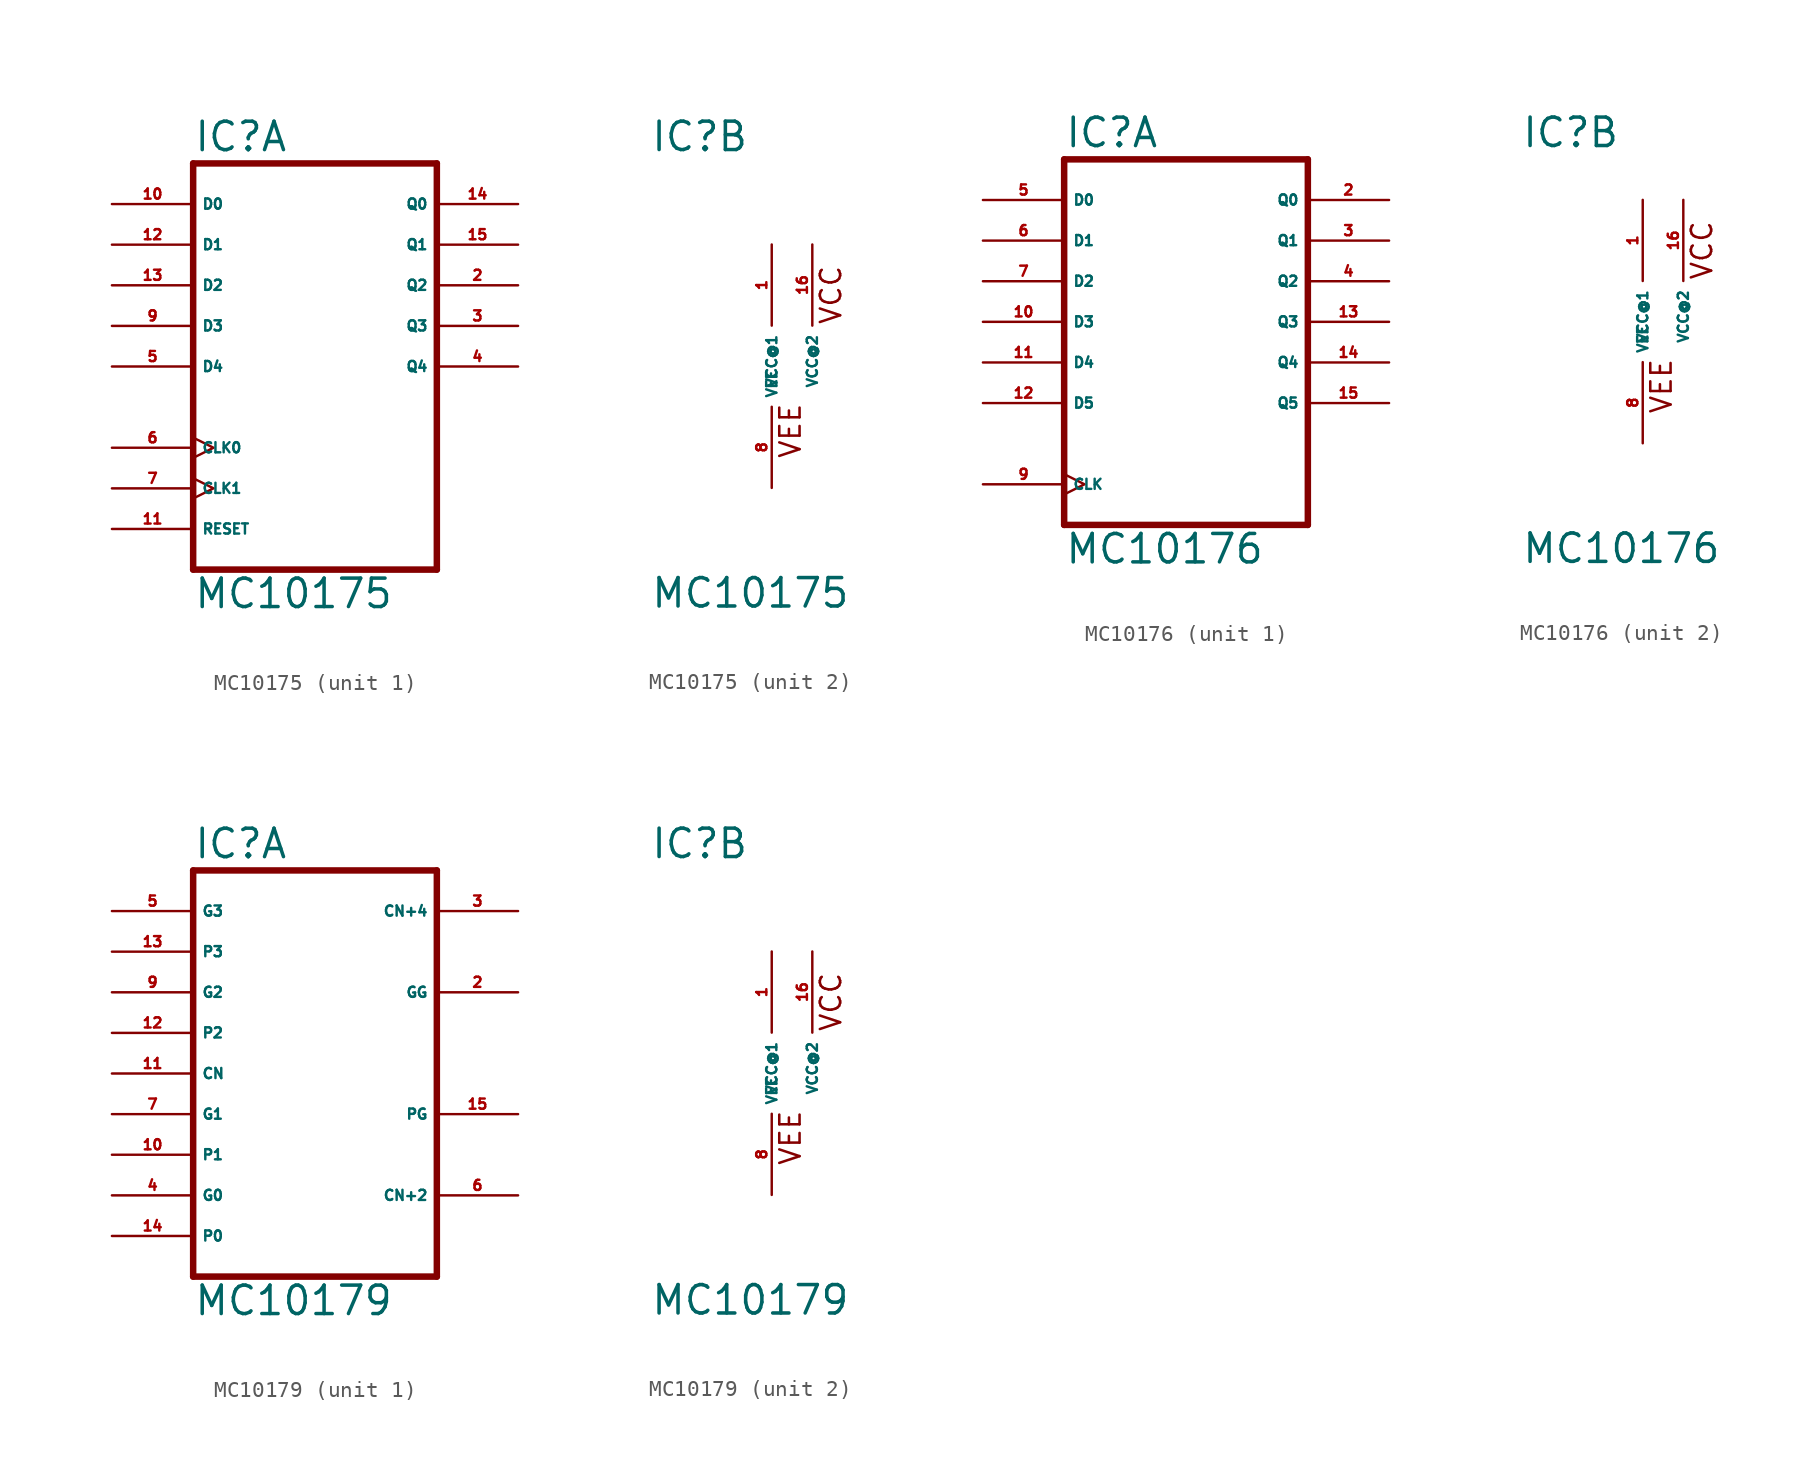
<source format=kicad_sym>
(kicad_symbol_lib
  (version 20220914)
  (generator Eagle2Kicad)
  (symbol "MC10175"
    (property "Reference" "IC"
      (at -7.62 13.335 0)
      (effects (font (size 1.778 1.778) (thickness 0.22)) (justify left bottom)))
    (property "Value" "MC10175"
      (at -7.62 -15.24 0)
      (effects (font (size 1.778 1.778) (thickness 0.22)) (justify left bottom)))
    (symbol "MC10175_1_0"
      (polyline (pts (xy -7.62 -12.7) (xy 7.62 -12.7)) (stroke (width 0.406) (type default)) (fill (type none)))
      (polyline (pts (xy 7.62 -12.7) (xy 7.62 12.7)) (stroke (width 0.406) (type default)) (fill (type none)))
      (polyline (pts (xy 7.62 12.7) (xy -7.62 12.7)) (stroke (width 0.406) (type default)) (fill (type none)))
      (polyline (pts (xy -7.62 12.7) (xy -7.62 -12.7)) (stroke (width 0.406) (type default)) (fill (type none)))
      (pin output line (at 12.7 5.08 180) (length 5.08) (name "Q2" (effects (font (size 0.635 0.635) (thickness 0.08)) (justify left bottom))) (number "2" (effects (font (size 0.635 0.635) (thickness 0.08)) (justify left bottom))))
      (pin output line (at 12.7 2.54 180) (length 5.08) (name "Q3" (effects (font (size 0.635 0.635) (thickness 0.08)) (justify left bottom))) (number "3" (effects (font (size 0.635 0.635) (thickness 0.08)) (justify left bottom))))
      (pin output line (at 12.7 0 180) (length 5.08) (name "Q4" (effects (font (size 0.635 0.635) (thickness 0.08)) (justify left bottom))) (number "4" (effects (font (size 0.635 0.635) (thickness 0.08)) (justify left bottom))))
      (pin input line (at -12.7 0 0) (length 5.08) (name "D4" (effects (font (size 0.635 0.635) (thickness 0.08)) (justify left bottom))) (number "5" (effects (font (size 0.635 0.635) (thickness 0.08)) (justify left bottom))))
      (pin input clock (at -12.7 -5.08 0) (length 5.08) (name "CLK0" (effects (font (size 0.635 0.635) (thickness 0.08)) (justify left bottom))) (number "6" (effects (font (size 0.635 0.635) (thickness 0.08)) (justify left bottom))))
      (pin input clock (at -12.7 -7.62 0) (length 5.08) (name "CLK1" (effects (font (size 0.635 0.635) (thickness 0.08)) (justify left bottom))) (number "7" (effects (font (size 0.635 0.635) (thickness 0.08)) (justify left bottom))))
      (pin input line (at -12.7 2.54 0) (length 5.08) (name "D3" (effects (font (size 0.635 0.635) (thickness 0.08)) (justify left bottom))) (number "9" (effects (font (size 0.635 0.635) (thickness 0.08)) (justify left bottom))))
      (pin input line (at -12.7 10.16 0) (length 5.08) (name "D0" (effects (font (size 0.635 0.635) (thickness 0.08)) (justify left bottom))) (number "10" (effects (font (size 0.635 0.635) (thickness 0.08)) (justify left bottom))))
      (pin input line (at -12.7 -10.16 0) (length 5.08) (name "RESET" (effects (font (size 0.635 0.635) (thickness 0.08)) (justify left bottom))) (number "11" (effects (font (size 0.635 0.635) (thickness 0.08)) (justify left bottom))))
      (pin input line (at -12.7 7.62 0) (length 5.08) (name "D1" (effects (font (size 0.635 0.635) (thickness 0.08)) (justify left bottom))) (number "12" (effects (font (size 0.635 0.635) (thickness 0.08)) (justify left bottom))))
      (pin input line (at -12.7 5.08 0) (length 5.08) (name "D2" (effects (font (size 0.635 0.635) (thickness 0.08)) (justify left bottom))) (number "13" (effects (font (size 0.635 0.635) (thickness 0.08)) (justify left bottom))))
      (pin output line (at 12.7 10.16 180) (length 5.08) (name "Q0" (effects (font (size 0.635 0.635) (thickness 0.08)) (justify left bottom))) (number "14" (effects (font (size 0.635 0.635) (thickness 0.08)) (justify left bottom))))
      (pin output line (at 12.7 7.62 180) (length 5.08) (name "Q1" (effects (font (size 0.635 0.635) (thickness 0.08)) (justify left bottom))) (number "15" (effects (font (size 0.635 0.635) (thickness 0.08)) (justify left bottom)))))
    (symbol "MC10175_2_0"
      (text "VCC" (at 4.445 2.54 900) (effects (font (size 1.27 1.27) (thickness 0.16)) (justify left bottom)))
      (text "VEE" (at 1.905 -5.842 900) (effects (font (size 1.27 1.27) (thickness 0.16)) (justify left bottom)))
      (pin unspecified line (at 0 -7.62 90) (length 5.08) (name "VEE" (effects (font (size 0.635 0.635) (thickness 0.08)) (justify left bottom))) (number "8" (effects (font (size 0.635 0.635) (thickness 0.08)) (justify left bottom))))
      (pin unspecified line (at 0 7.62 270) (length 5.08) (name "VCC@1" (effects (font (size 0.635 0.635) (thickness 0.08)) (justify left bottom))) (number "1" (effects (font (size 0.635 0.635) (thickness 0.08)) (justify left bottom))))
      (pin unspecified line (at 2.54 7.62 270) (length 5.08) (name "VCC@2" (effects (font (size 0.635 0.635) (thickness 0.08)) (justify left bottom))) (number "16" (effects (font (size 0.635 0.635) (thickness 0.08)) (justify left bottom))))))
  (symbol "MC10176"
    (property "Reference" "IC"
      (at -7.62 10.795 0)
      (effects (font (size 1.778 1.778) (thickness 0.22)) (justify left bottom)))
    (property "Value" "MC10176"
      (at -7.62 -15.24 0)
      (effects (font (size 1.778 1.778) (thickness 0.22)) (justify left bottom)))
    (symbol "MC10176_1_0"
      (polyline (pts (xy -7.62 -12.7) (xy 7.62 -12.7)) (stroke (width 0.406) (type default)) (fill (type none)))
      (polyline (pts (xy 7.62 -12.7) (xy 7.62 10.16)) (stroke (width 0.406) (type default)) (fill (type none)))
      (polyline (pts (xy 7.62 10.16) (xy -7.62 10.16)) (stroke (width 0.406) (type default)) (fill (type none)))
      (polyline (pts (xy -7.62 10.16) (xy -7.62 -12.7)) (stroke (width 0.406) (type default)) (fill (type none)))
      (pin output line (at 12.7 7.62 180) (length 5.08) (name "Q0" (effects (font (size 0.635 0.635) (thickness 0.08)) (justify left bottom))) (number "2" (effects (font (size 0.635 0.635) (thickness 0.08)) (justify left bottom))))
      (pin output line (at 12.7 5.08 180) (length 5.08) (name "Q1" (effects (font (size 0.635 0.635) (thickness 0.08)) (justify left bottom))) (number "3" (effects (font (size 0.635 0.635) (thickness 0.08)) (justify left bottom))))
      (pin output line (at 12.7 2.54 180) (length 5.08) (name "Q2" (effects (font (size 0.635 0.635) (thickness 0.08)) (justify left bottom))) (number "4" (effects (font (size 0.635 0.635) (thickness 0.08)) (justify left bottom))))
      (pin input line (at -12.7 7.62 0) (length 5.08) (name "D0" (effects (font (size 0.635 0.635) (thickness 0.08)) (justify left bottom))) (number "5" (effects (font (size 0.635 0.635) (thickness 0.08)) (justify left bottom))))
      (pin input line (at -12.7 5.08 0) (length 5.08) (name "D1" (effects (font (size 0.635 0.635) (thickness 0.08)) (justify left bottom))) (number "6" (effects (font (size 0.635 0.635) (thickness 0.08)) (justify left bottom))))
      (pin input line (at -12.7 2.54 0) (length 5.08) (name "D2" (effects (font (size 0.635 0.635) (thickness 0.08)) (justify left bottom))) (number "7" (effects (font (size 0.635 0.635) (thickness 0.08)) (justify left bottom))))
      (pin input clock (at -12.7 -10.16 0) (length 5.08) (name "CLK" (effects (font (size 0.635 0.635) (thickness 0.08)) (justify left bottom))) (number "9" (effects (font (size 0.635 0.635) (thickness 0.08)) (justify left bottom))))
      (pin input line (at -12.7 0 0) (length 5.08) (name "D3" (effects (font (size 0.635 0.635) (thickness 0.08)) (justify left bottom))) (number "10" (effects (font (size 0.635 0.635) (thickness 0.08)) (justify left bottom))))
      (pin input line (at -12.7 -2.54 0) (length 5.08) (name "D4" (effects (font (size 0.635 0.635) (thickness 0.08)) (justify left bottom))) (number "11" (effects (font (size 0.635 0.635) (thickness 0.08)) (justify left bottom))))
      (pin input line (at -12.7 -5.08 0) (length 5.08) (name "D5" (effects (font (size 0.635 0.635) (thickness 0.08)) (justify left bottom))) (number "12" (effects (font (size 0.635 0.635) (thickness 0.08)) (justify left bottom))))
      (pin output line (at 12.7 0 180) (length 5.08) (name "Q3" (effects (font (size 0.635 0.635) (thickness 0.08)) (justify left bottom))) (number "13" (effects (font (size 0.635 0.635) (thickness 0.08)) (justify left bottom))))
      (pin output line (at 12.7 -2.54 180) (length 5.08) (name "Q4" (effects (font (size 0.635 0.635) (thickness 0.08)) (justify left bottom))) (number "14" (effects (font (size 0.635 0.635) (thickness 0.08)) (justify left bottom))))
      (pin output line (at 12.7 -5.08 180) (length 5.08) (name "Q5" (effects (font (size 0.635 0.635) (thickness 0.08)) (justify left bottom))) (number "15" (effects (font (size 0.635 0.635) (thickness 0.08)) (justify left bottom)))))
    (symbol "MC10176_2_0"
      (text "VCC" (at 4.445 2.54 900) (effects (font (size 1.27 1.27) (thickness 0.16)) (justify left bottom)))
      (text "VEE" (at 1.905 -5.842 900) (effects (font (size 1.27 1.27) (thickness 0.16)) (justify left bottom)))
      (pin unspecified line (at 0 -7.62 90) (length 5.08) (name "VEE" (effects (font (size 0.635 0.635) (thickness 0.08)) (justify left bottom))) (number "8" (effects (font (size 0.635 0.635) (thickness 0.08)) (justify left bottom))))
      (pin unspecified line (at 0 7.62 270) (length 5.08) (name "VCC@1" (effects (font (size 0.635 0.635) (thickness 0.08)) (justify left bottom))) (number "1" (effects (font (size 0.635 0.635) (thickness 0.08)) (justify left bottom))))
      (pin unspecified line (at 2.54 7.62 270) (length 5.08) (name "VCC@2" (effects (font (size 0.635 0.635) (thickness 0.08)) (justify left bottom))) (number "16" (effects (font (size 0.635 0.635) (thickness 0.08)) (justify left bottom))))))
  (symbol "MC10179"
    (property "Reference" "IC"
      (at -7.62 13.335 0)
      (effects (font (size 1.778 1.778) (thickness 0.22)) (justify left bottom)))
    (property "Value" "MC10179"
      (at -7.62 -15.24 0)
      (effects (font (size 1.778 1.778) (thickness 0.22)) (justify left bottom)))
    (symbol "MC10179_1_0"
      (polyline (pts (xy -7.62 -12.7) (xy 7.62 -12.7)) (stroke (width 0.406) (type default)) (fill (type none)))
      (polyline (pts (xy 7.62 -12.7) (xy 7.62 12.7)) (stroke (width 0.406) (type default)) (fill (type none)))
      (polyline (pts (xy 7.62 12.7) (xy -7.62 12.7)) (stroke (width 0.406) (type default)) (fill (type none)))
      (polyline (pts (xy -7.62 12.7) (xy -7.62 -12.7)) (stroke (width 0.406) (type default)) (fill (type none)))
      (pin output line (at 12.7 5.08 180) (length 5.08) (name "GG" (effects (font (size 0.635 0.635) (thickness 0.08)) (justify left bottom))) (number "2" (effects (font (size 0.635 0.635) (thickness 0.08)) (justify left bottom))))
      (pin output line (at 12.7 10.16 180) (length 5.08) (name "CN+4" (effects (font (size 0.635 0.635) (thickness 0.08)) (justify left bottom))) (number "3" (effects (font (size 0.635 0.635) (thickness 0.08)) (justify left bottom))))
      (pin input line (at -12.7 -7.62 0) (length 5.08) (name "G0" (effects (font (size 0.635 0.635) (thickness 0.08)) (justify left bottom))) (number "4" (effects (font (size 0.635 0.635) (thickness 0.08)) (justify left bottom))))
      (pin input line (at -12.7 10.16 0) (length 5.08) (name "G3" (effects (font (size 0.635 0.635) (thickness 0.08)) (justify left bottom))) (number "5" (effects (font (size 0.635 0.635) (thickness 0.08)) (justify left bottom))))
      (pin output line (at 12.7 -7.62 180) (length 5.08) (name "CN+2" (effects (font (size 0.635 0.635) (thickness 0.08)) (justify left bottom))) (number "6" (effects (font (size 0.635 0.635) (thickness 0.08)) (justify left bottom))))
      (pin input line (at -12.7 -2.54 0) (length 5.08) (name "G1" (effects (font (size 0.635 0.635) (thickness 0.08)) (justify left bottom))) (number "7" (effects (font (size 0.635 0.635) (thickness 0.08)) (justify left bottom))))
      (pin input line (at -12.7 5.08 0) (length 5.08) (name "G2" (effects (font (size 0.635 0.635) (thickness 0.08)) (justify left bottom))) (number "9" (effects (font (size 0.635 0.635) (thickness 0.08)) (justify left bottom))))
      (pin input line (at -12.7 -5.08 0) (length 5.08) (name "P1" (effects (font (size 0.635 0.635) (thickness 0.08)) (justify left bottom))) (number "10" (effects (font (size 0.635 0.635) (thickness 0.08)) (justify left bottom))))
      (pin input line (at -12.7 0 0) (length 5.08) (name "CN" (effects (font (size 0.635 0.635) (thickness 0.08)) (justify left bottom))) (number "11" (effects (font (size 0.635 0.635) (thickness 0.08)) (justify left bottom))))
      (pin input line (at -12.7 2.54 0) (length 5.08) (name "P2" (effects (font (size 0.635 0.635) (thickness 0.08)) (justify left bottom))) (number "12" (effects (font (size 0.635 0.635) (thickness 0.08)) (justify left bottom))))
      (pin input line (at -12.7 7.62 0) (length 5.08) (name "P3" (effects (font (size 0.635 0.635) (thickness 0.08)) (justify left bottom))) (number "13" (effects (font (size 0.635 0.635) (thickness 0.08)) (justify left bottom))))
      (pin input line (at -12.7 -10.16 0) (length 5.08) (name "P0" (effects (font (size 0.635 0.635) (thickness 0.08)) (justify left bottom))) (number "14" (effects (font (size 0.635 0.635) (thickness 0.08)) (justify left bottom))))
      (pin output line (at 12.7 -2.54 180) (length 5.08) (name "PG" (effects (font (size 0.635 0.635) (thickness 0.08)) (justify left bottom))) (number "15" (effects (font (size 0.635 0.635) (thickness 0.08)) (justify left bottom)))))
    (symbol "MC10179_2_0"
      (text "VCC" (at 4.445 2.54 900) (effects (font (size 1.27 1.27) (thickness 0.16)) (justify left bottom)))
      (text "VEE" (at 1.905 -5.842 900) (effects (font (size 1.27 1.27) (thickness 0.16)) (justify left bottom)))
      (pin unspecified line (at 0 -7.62 90) (length 5.08) (name "VEE" (effects (font (size 0.635 0.635) (thickness 0.08)) (justify left bottom))) (number "8" (effects (font (size 0.635 0.635) (thickness 0.08)) (justify left bottom))))
      (pin unspecified line (at 0 7.62 270) (length 5.08) (name "VCC@1" (effects (font (size 0.635 0.635) (thickness 0.08)) (justify left bottom))) (number "1" (effects (font (size 0.635 0.635) (thickness 0.08)) (justify left bottom))))
      (pin unspecified line (at 2.54 7.62 270) (length 5.08) (name "VCC@2" (effects (font (size 0.635 0.635) (thickness 0.08)) (justify left bottom))) (number "16" (effects (font (size 0.635 0.635) (thickness 0.08)) (justify left bottom)))))))
</source>
